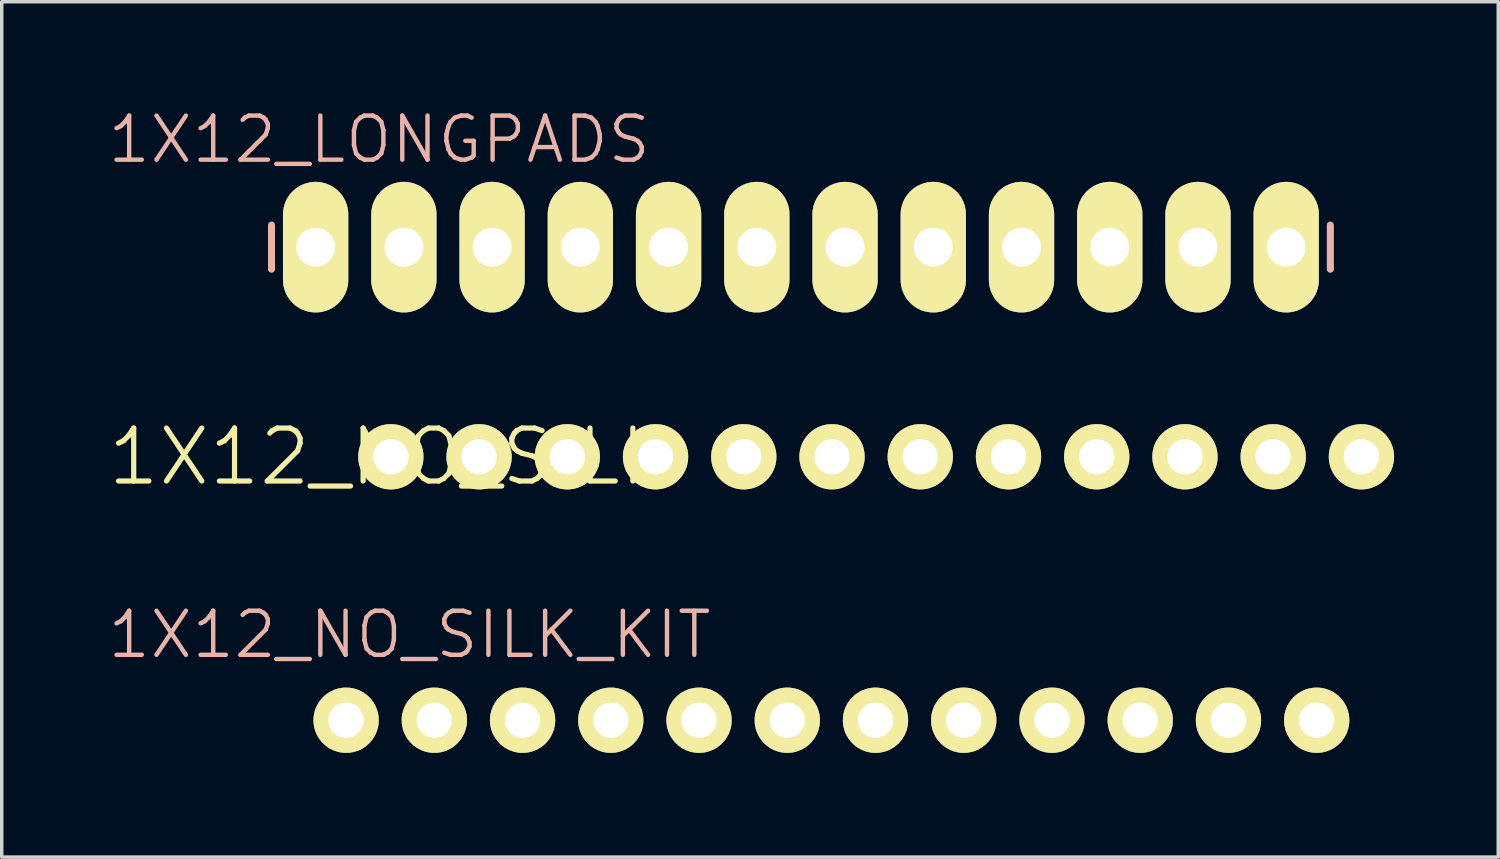
<source format=kicad_pcb>
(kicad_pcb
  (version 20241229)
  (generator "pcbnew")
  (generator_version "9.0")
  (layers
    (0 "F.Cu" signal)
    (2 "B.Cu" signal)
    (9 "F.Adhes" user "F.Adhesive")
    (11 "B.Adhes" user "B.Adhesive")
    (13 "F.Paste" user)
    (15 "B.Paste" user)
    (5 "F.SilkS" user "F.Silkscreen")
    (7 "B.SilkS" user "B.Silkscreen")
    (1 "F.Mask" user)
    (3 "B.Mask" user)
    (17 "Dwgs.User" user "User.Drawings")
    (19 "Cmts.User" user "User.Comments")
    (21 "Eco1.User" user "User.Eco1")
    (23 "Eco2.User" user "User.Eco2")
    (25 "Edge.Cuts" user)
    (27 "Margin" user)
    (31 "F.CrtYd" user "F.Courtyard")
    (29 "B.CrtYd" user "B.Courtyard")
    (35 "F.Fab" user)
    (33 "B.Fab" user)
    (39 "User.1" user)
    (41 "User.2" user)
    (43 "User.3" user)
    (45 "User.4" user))
  (footprint "1X12_NO_SILK"
    (layer "F.Cu")
    (at 8.201 10.099)
    (property "Reference" "1X12_NO_SILK" (at 0 0 0) (layer "F.SilkS") (effects (font (size 1.524 1.524) (thickness 0.15))))
    (attr exclude_from_pos_files exclude_from_bom)
    (pad "1" thru_hole circle (at 0 0) (size 1.88 1.88) (drill 1.016) (layers "*.Cu" "F.Mask" "F.SilkS" "F.Paste"))
    (pad "2" thru_hole circle (at 2.54 0) (size 1.88 1.88) (drill 1.016) (layers "*.Cu" "F.Mask" "F.SilkS" "F.Paste"))
    (pad "3" thru_hole circle (at 5.08 0) (size 1.88 1.88) (drill 1.016) (layers "*.Cu" "F.Mask" "F.SilkS" "F.Paste"))
    (pad "4" thru_hole circle (at 7.62 0) (size 1.88 1.88) (drill 1.016) (layers "*.Cu" "F.Mask" "F.SilkS" "F.Paste"))
    (pad "5" thru_hole circle (at 10.16 0) (size 1.88 1.88) (drill 1.016) (layers "*.Cu" "F.Mask" "F.SilkS" "F.Paste"))
    (pad "6" thru_hole circle (at 12.7 0) (size 1.88 1.88) (drill 1.016) (layers "*.Cu" "F.Mask" "F.SilkS" "F.Paste"))
    (pad "7" thru_hole circle (at 15.24 0) (size 1.88 1.88) (drill 1.016) (layers "*.Cu" "F.Mask" "F.SilkS" "F.Paste"))
    (pad "8" thru_hole circle (at 17.78 0) (size 1.88 1.88) (drill 1.016) (layers "*.Cu" "F.Mask" "F.SilkS" "F.Paste"))
    (pad "9" thru_hole circle (at 20.32 0) (size 1.88 1.88) (drill 1.016) (layers "*.Cu" "F.Mask" "F.SilkS" "F.Paste"))
    (pad "10" thru_hole circle (at 22.86 0) (size 1.88 1.88) (drill 1.016) (layers "*.Cu" "F.Mask" "F.SilkS" "F.Paste"))
    (pad "11" thru_hole circle (at 25.4 0) (size 1.88 1.88) (drill 1.016) (layers "*.Cu" "F.Mask" "F.SilkS" "F.Paste"))
    (pad "12" thru_hole circle (at 27.94 0) (size 1.88 1.88) (drill 1.016) (layers "*.Cu" "F.Mask" "F.SilkS" "F.Paste")))
  (footprint "1X12_LONGPADS"
    (layer "F.Cu")
    (at 6.036 4.065)
    (property "Reference" "1X12_LONGPADS" (at 1.829 -3.099 0) (layer "B.SilkS") (effects (font (size 1.27 1.27) (thickness 0.127))))
    (attr exclude_from_pos_files exclude_from_bom)
    (fp_line (start -0.254 -0.254) (end 0.254 -0.254) (stroke (width 0.066) (type solid)) (layer "F.SilkS"))
    (fp_line (start -0.254 0.254) (end -0.254 -0.254) (stroke (width 0.066) (type solid)) (layer "F.SilkS"))
    (fp_line (start -0.254 0.254) (end 0.254 0.254) (stroke (width 0.066) (type solid)) (layer "F.SilkS"))
    (fp_line (start 0.254 0.254) (end 0.254 -0.254) (stroke (width 0.066) (type solid)) (layer "F.SilkS"))
    (fp_line (start 2.286 -0.254) (end 2.794 -0.254) (stroke (width 0.066) (type solid)) (layer "F.SilkS"))
    (fp_line (start 2.286 0.254) (end 2.286 -0.254) (stroke (width 0.066) (type solid)) (layer "F.SilkS"))
    (fp_line (start 2.286 0.254) (end 2.794 0.254) (stroke (width 0.066) (type solid)) (layer "F.SilkS"))
    (fp_line (start 2.794 0.254) (end 2.794 -0.254) (stroke (width 0.066) (type solid)) (layer "F.SilkS"))
    (fp_line (start 4.826 -0.254) (end 5.334 -0.254) (stroke (width 0.066) (type solid)) (layer "F.SilkS"))
    (fp_line (start 4.826 0.254) (end 4.826 -0.254) (stroke (width 0.066) (type solid)) (layer "F.SilkS"))
    (fp_line (start 4.826 0.254) (end 5.334 0.254) (stroke (width 0.066) (type solid)) (layer "F.SilkS"))
    (fp_line (start 5.334 0.254) (end 5.334 -0.254) (stroke (width 0.066) (type solid)) (layer "F.SilkS"))
    (fp_line (start 7.366 -0.254) (end 7.874 -0.254) (stroke (width 0.066) (type solid)) (layer "F.SilkS"))
    (fp_line (start 7.366 0.254) (end 7.366 -0.254) (stroke (width 0.066) (type solid)) (layer "F.SilkS"))
    (fp_line (start 7.366 0.254) (end 7.874 0.254) (stroke (width 0.066) (type solid)) (layer "F.SilkS"))
    (fp_line (start 7.874 0.254) (end 7.874 -0.254) (stroke (width 0.066) (type solid)) (layer "F.SilkS"))
    (fp_line (start 9.906 -0.254) (end 10.414 -0.254) (stroke (width 0.066) (type solid)) (layer "F.SilkS"))
    (fp_line (start 9.906 0.254) (end 9.906 -0.254) (stroke (width 0.066) (type solid)) (layer "F.SilkS"))
    (fp_line (start 9.906 0.254) (end 10.414 0.254) (stroke (width 0.066) (type solid)) (layer "F.SilkS"))
    (fp_line (start 10.414 0.254) (end 10.414 -0.254) (stroke (width 0.066) (type solid)) (layer "F.SilkS"))
    (fp_line (start 12.446 -0.254) (end 12.954 -0.254) (stroke (width 0.066) (type solid)) (layer "F.SilkS"))
    (fp_line (start 12.446 0.254) (end 12.446 -0.254) (stroke (width 0.066) (type solid)) (layer "F.SilkS"))
    (fp_line (start 12.446 0.254) (end 12.954 0.254) (stroke (width 0.066) (type solid)) (layer "F.SilkS"))
    (fp_line (start 12.954 0.254) (end 12.954 -0.254) (stroke (width 0.066) (type solid)) (layer "F.SilkS"))
    (fp_line (start 14.986 -0.254) (end 15.494 -0.254) (stroke (width 0.066) (type solid)) (layer "F.SilkS"))
    (fp_line (start 14.986 0.254) (end 14.986 -0.254) (stroke (width 0.066) (type solid)) (layer "F.SilkS"))
    (fp_line (start 14.986 0.254) (end 15.494 0.254) (stroke (width 0.066) (type solid)) (layer "F.SilkS"))
    (fp_line (start 15.494 0.254) (end 15.494 -0.254) (stroke (width 0.066) (type solid)) (layer "F.SilkS"))
    (fp_line (start 17.523 -0.254) (end 18.034 -0.254) (stroke (width 0.066) (type solid)) (layer "F.SilkS"))
    (fp_line (start 17.523 0.254) (end 17.523 -0.254) (stroke (width 0.066) (type solid)) (layer "F.SilkS"))
    (fp_line (start 17.523 0.254) (end 18.034 0.254) (stroke (width 0.066) (type solid)) (layer "F.SilkS"))
    (fp_line (start 18.034 0.254) (end 18.034 -0.254) (stroke (width 0.066) (type solid)) (layer "F.SilkS"))
    (fp_line (start 20.066 -0.254) (end 20.574 -0.254) (stroke (width 0.066) (type solid)) (layer "F.SilkS"))
    (fp_line (start 20.066 0.254) (end 20.066 -0.254) (stroke (width 0.066) (type solid)) (layer "F.SilkS"))
    (fp_line (start 20.066 0.254) (end 20.574 0.254) (stroke (width 0.066) (type solid)) (layer "F.SilkS"))
    (fp_line (start 20.574 0.254) (end 20.574 -0.254) (stroke (width 0.066) (type solid)) (layer "F.SilkS"))
    (fp_line (start 22.606 -0.254) (end 23.114 -0.254) (stroke (width 0.066) (type solid)) (layer "F.SilkS"))
    (fp_line (start 22.606 0.254) (end 22.606 -0.254) (stroke (width 0.066) (type solid)) (layer "F.SilkS"))
    (fp_line (start 22.606 0.254) (end 23.114 0.254) (stroke (width 0.066) (type solid)) (layer "F.SilkS"))
    (fp_line (start 23.114 0.254) (end 23.114 -0.254) (stroke (width 0.066) (type solid)) (layer "F.SilkS"))
    (fp_line (start 25.146 -0.254) (end 25.654 -0.254) (stroke (width 0.066) (type solid)) (layer "F.SilkS"))
    (fp_line (start 25.146 0.254) (end 25.146 -0.254) (stroke (width 0.066) (type solid)) (layer "F.SilkS"))
    (fp_line (start 25.146 0.254) (end 25.654 0.254) (stroke (width 0.066) (type solid)) (layer "F.SilkS"))
    (fp_line (start 25.654 0.254) (end 25.654 -0.254) (stroke (width 0.066) (type solid)) (layer "F.SilkS"))
    (fp_line (start 27.686 -0.254) (end 28.194 -0.254) (stroke (width 0.066) (type solid)) (layer "F.SilkS"))
    (fp_line (start 27.686 0.254) (end 27.686 -0.254) (stroke (width 0.066) (type solid)) (layer "F.SilkS"))
    (fp_line (start 27.686 0.254) (end 28.194 0.254) (stroke (width 0.066) (type solid)) (layer "F.SilkS"))
    (fp_line (start 28.194 0.254) (end 28.194 -0.254) (stroke (width 0.066) (type solid)) (layer "F.SilkS"))
    (fp_line (start -1.27 -0.635) (end -1.27 0.635) (stroke (width 0.203) (type solid)) (layer "B.SilkS"))
    (fp_line (start 29.21 -0.635) (end 29.21 0.635) (stroke (width 0.203) (type solid)) (layer "B.SilkS"))
    (pad "1" thru_hole oval (at 0 0 180) (size 1.88 3.759) (drill 1.118) (layers "*.Cu" "F.Mask" "F.SilkS" "F.Paste"))
    (pad "2" thru_hole oval (at 2.54 0 180) (size 1.88 3.759) (drill 1.118) (layers "*.Cu" "F.Mask" "F.SilkS" "F.Paste"))
    (pad "3" thru_hole oval (at 5.08 0 180) (size 1.88 3.759) (drill 1.118) (layers "*.Cu" "F.Mask" "F.SilkS" "F.Paste"))
    (pad "4" thru_hole oval (at 7.62 0 180) (size 1.88 3.759) (drill 1.118) (layers "*.Cu" "F.Mask" "F.SilkS" "F.Paste"))
    (pad "5" thru_hole oval (at 10.16 0 180) (size 1.88 3.759) (drill 1.118) (layers "*.Cu" "F.Mask" "F.SilkS" "F.Paste"))
    (pad "6" thru_hole oval (at 12.7 0 180) (size 1.88 3.759) (drill 1.118) (layers "*.Cu" "F.Mask" "F.SilkS" "F.Paste"))
    (pad "7" thru_hole oval (at 15.24 0 180) (size 1.88 3.759) (drill 1.118) (layers "*.Cu" "F.Mask" "F.SilkS" "F.Paste"))
    (pad "8" thru_hole oval (at 17.78 0 180) (size 1.88 3.759) (drill 1.118) (layers "*.Cu" "F.Mask" "F.SilkS" "F.Paste"))
    (pad "9" thru_hole oval (at 20.32 0 180) (size 1.88 3.759) (drill 1.118) (layers "*.Cu" "F.Mask" "F.SilkS" "F.Paste"))
    (pad "10" thru_hole oval (at 22.86 0 180) (size 1.88 3.759) (drill 1.118) (layers "*.Cu" "F.Mask" "F.SilkS" "F.Paste"))
    (pad "11" thru_hole oval (at 25.4 0 180) (size 1.88 3.759) (drill 1.118) (layers "*.Cu" "F.Mask" "F.SilkS" "F.Paste"))
    (pad "12" thru_hole oval (at 27.94 0 180) (size 1.88 3.759) (drill 1.118) (layers "*.Cu" "F.Mask" "F.SilkS" "F.Paste")))
  (footprint "1X12_NO_SILK_KIT"
    (layer "F.Cu")
    (at 6.913 17.683)
    (property "Reference" "1X12_NO_SILK_KIT" (at 1.829 -2.464 0) (layer "B.SilkS") (effects (font (size 1.27 1.27) (thickness 0.127))))
    (attr exclude_from_pos_files exclude_from_bom)
    (fp_circle (center 0 0) (end -0.475 0.475) (stroke (width 0) (type solid)) (fill yes) (layer "F.SilkS"))
    (fp_circle (center 0 0) (end -0.254 0.254) (stroke (width 0) (type solid)) (fill yes) (layer "F.SilkS"))
    (fp_circle (center 2.54 0) (end 2.794 0.254) (stroke (width 0) (type solid)) (fill yes) (layer "F.SilkS"))
    (fp_circle (center 2.54 0) (end 3.015 0.475) (stroke (width 0) (type solid)) (fill yes) (layer "F.SilkS"))
    (fp_circle (center 5.08 0) (end 5.334 0.254) (stroke (width 0) (type solid)) (fill yes) (layer "F.SilkS"))
    (fp_circle (center 5.08 0) (end 5.555 0.475) (stroke (width 0) (type solid)) (fill yes) (layer "F.SilkS"))
    (fp_circle (center 7.62 0) (end 7.874 0.254) (stroke (width 0) (type solid)) (fill yes) (layer "F.SilkS"))
    (fp_circle (center 7.62 0) (end 8.095 0.475) (stroke (width 0) (type solid)) (fill yes) (layer "F.SilkS"))
    (fp_circle (center 10.16 0) (end 10.414 0.254) (stroke (width 0) (type solid)) (fill yes) (layer "F.SilkS"))
    (fp_circle (center 10.16 0) (end 10.635 0.475) (stroke (width 0) (type solid)) (fill yes) (layer "F.SilkS"))
    (fp_circle (center 12.7 0) (end 12.954 0.254) (stroke (width 0) (type solid)) (fill yes) (layer "F.SilkS"))
    (fp_circle (center 12.7 0) (end 13.175 0.475) (stroke (width 0) (type solid)) (fill yes) (layer "F.SilkS"))
    (fp_circle (center 15.24 0) (end 15.494 0.254) (stroke (width 0) (type solid)) (fill yes) (layer "F.SilkS"))
    (fp_circle (center 15.24 0) (end 15.715 0.475) (stroke (width 0) (type solid)) (fill yes) (layer "F.SilkS"))
    (fp_circle (center 17.78 0) (end 18.034 0.254) (stroke (width 0) (type solid)) (fill yes) (layer "F.SilkS"))
    (fp_circle (center 17.78 0) (end 18.255 0.475) (stroke (width 0) (type solid)) (fill yes) (layer "F.SilkS"))
    (fp_circle (center 20.32 0) (end 20.574 0.254) (stroke (width 0) (type solid)) (fill yes) (layer "F.SilkS"))
    (fp_circle (center 20.32 0) (end 20.795 0.475) (stroke (width 0) (type solid)) (fill yes) (layer "F.SilkS"))
    (fp_circle (center 22.86 0) (end 23.114 0.254) (stroke (width 0) (type solid)) (fill yes) (layer "F.SilkS"))
    (fp_circle (center 22.86 0) (end 23.335 0.475) (stroke (width 0) (type solid)) (fill yes) (layer "F.SilkS"))
    (fp_circle (center 25.4 0) (end 25.654 0.254) (stroke (width 0) (type solid)) (fill yes) (layer "F.SilkS"))
    (fp_circle (center 25.4 0) (end 25.875 0.475) (stroke (width 0) (type solid)) (fill yes) (layer "F.SilkS"))
    (fp_circle (center 27.94 0) (end 28.194 0.254) (stroke (width 0) (type solid)) (fill yes) (layer "F.SilkS"))
    (fp_circle (center 27.94 0) (end 28.415 0.475) (stroke (width 0) (type solid)) (fill yes) (layer "F.SilkS"))
    (pad "1" thru_hole circle (at 0 0) (size 1.88 1.88) (drill 1.016) (layers "*.Cu" "F.Mask" "F.SilkS" "F.Paste"))
    (pad "2" thru_hole circle (at 2.54 0) (size 1.88 1.88) (drill 1.016) (layers "*.Cu" "F.Mask" "F.SilkS" "F.Paste"))
    (pad "3" thru_hole circle (at 5.08 0) (size 1.88 1.88) (drill 1.016) (layers "*.Cu" "F.Mask" "F.SilkS" "F.Paste"))
    (pad "4" thru_hole circle (at 7.62 0) (size 1.88 1.88) (drill 1.016) (layers "*.Cu" "F.Mask" "F.SilkS" "F.Paste"))
    (pad "5" thru_hole circle (at 10.16 0) (size 1.88 1.88) (drill 1.016) (layers "*.Cu" "F.Mask" "F.SilkS" "F.Paste"))
    (pad "6" thru_hole circle (at 12.7 0) (size 1.88 1.88) (drill 1.016) (layers "*.Cu" "F.Mask" "F.SilkS" "F.Paste"))
    (pad "7" thru_hole circle (at 15.24 0) (size 1.88 1.88) (drill 1.016) (layers "*.Cu" "F.Mask" "F.SilkS" "F.Paste"))
    (pad "8" thru_hole circle (at 17.78 0) (size 1.88 1.88) (drill 1.016) (layers "*.Cu" "F.Mask" "F.SilkS" "F.Paste"))
    (pad "9" thru_hole circle (at 20.32 0) (size 1.88 1.88) (drill 1.016) (layers "*.Cu" "F.Mask" "F.SilkS" "F.Paste"))
    (pad "10" thru_hole circle (at 22.86 0) (size 1.88 1.88) (drill 1.016) (layers "*.Cu" "F.Mask" "F.SilkS" "F.Paste"))
    (pad "11" thru_hole circle (at 25.4 0) (size 1.88 1.88) (drill 1.016) (layers "*.Cu" "F.Mask" "F.SilkS" "F.Paste"))
    (pad "12" thru_hole circle (at 27.94 0) (size 1.88 1.88) (drill 1.016) (layers "*.Cu" "F.Mask" "F.SilkS" "F.Paste")))
  (gr_rect
    (start -3 -3)
    (end 40.08 21.623)
    (stroke (width 0.1) (type default))
    (fill no)
    (layer "Edge.Cuts")))
</source>
